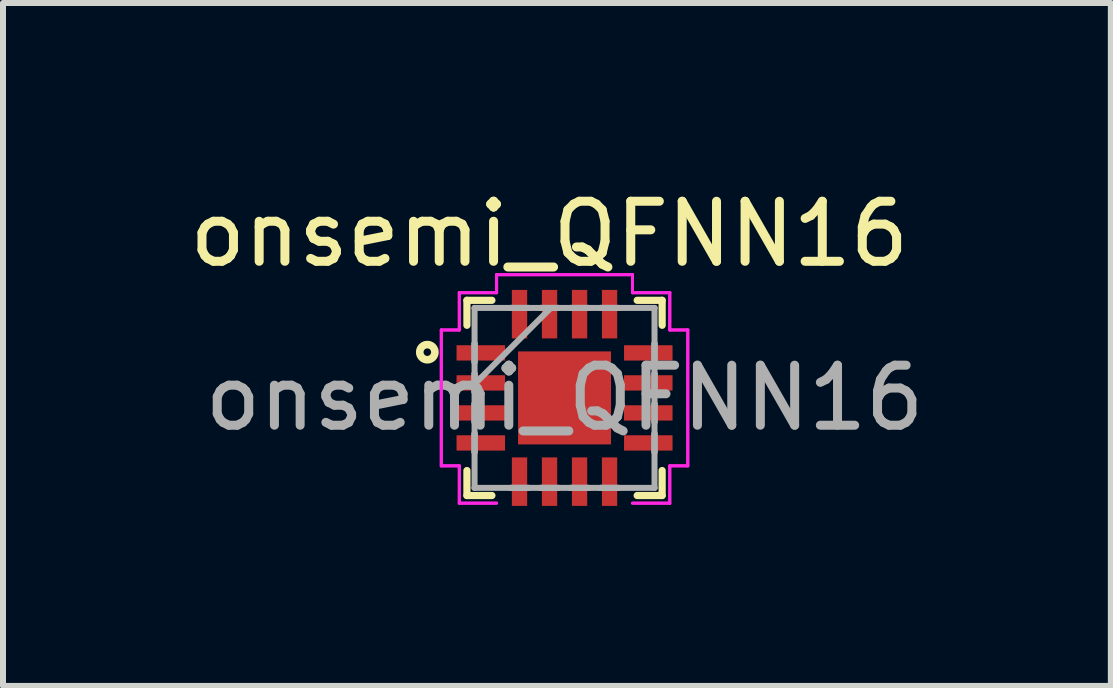
<source format=kicad_pcb>
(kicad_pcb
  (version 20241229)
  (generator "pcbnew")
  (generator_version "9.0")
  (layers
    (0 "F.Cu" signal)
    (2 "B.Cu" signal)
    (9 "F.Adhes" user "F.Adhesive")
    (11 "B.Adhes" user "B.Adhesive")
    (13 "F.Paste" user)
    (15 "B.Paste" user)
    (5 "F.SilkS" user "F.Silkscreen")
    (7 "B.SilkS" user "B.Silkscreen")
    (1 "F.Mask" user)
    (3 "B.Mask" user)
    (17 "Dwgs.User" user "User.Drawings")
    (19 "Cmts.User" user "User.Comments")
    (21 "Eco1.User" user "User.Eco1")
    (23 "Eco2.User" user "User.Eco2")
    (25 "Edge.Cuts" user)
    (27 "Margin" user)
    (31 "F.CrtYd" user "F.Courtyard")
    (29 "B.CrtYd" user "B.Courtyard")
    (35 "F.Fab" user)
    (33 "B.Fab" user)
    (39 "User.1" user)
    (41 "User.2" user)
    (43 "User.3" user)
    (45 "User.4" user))
  (footprint "onsemi_QFNN16"
    (layer "F.Cu")
    (at 6.355 3.579)
    (property "Reference" "onsemi_QFNN16" (at -0.254 -2.731 0) (layer "F.SilkS") (effects (font (size 1 1) (thickness 0.15))))
    (attr through_hole)
    (fp_line (start -1.626 -1.626) (end -1.626 -1.21) (stroke (width 0.12) (type solid)) (layer "F.SilkS"))
    (fp_line (start -1.626 1.21) (end -1.626 1.626) (stroke (width 0.12) (type solid)) (layer "F.SilkS"))
    (fp_line (start -1.626 1.626) (end -1.21 1.626) (stroke (width 0.12) (type solid)) (layer "F.SilkS"))
    (fp_line (start -1.21 -1.626) (end -1.626 -1.626) (stroke (width 0.12) (type solid)) (layer "F.SilkS"))
    (fp_line (start 1.21 1.626) (end 1.626 1.626) (stroke (width 0.12) (type solid)) (layer "F.SilkS"))
    (fp_line (start 1.626 -1.626) (end 1.21 -1.626) (stroke (width 0.12) (type solid)) (layer "F.SilkS"))
    (fp_line (start 1.626 -1.21) (end 1.626 -1.626) (stroke (width 0.12) (type solid)) (layer "F.SilkS"))
    (fp_line (start 1.626 1.626) (end 1.626 1.21) (stroke (width 0.12) (type solid)) (layer "F.SilkS"))
    (fp_circle (center -2.286 -0.762) (end -2.223 -0.762) (stroke (width 0.127) (type solid)) (fill no) (layer "F.SilkS"))
    (fp_line (start -2.053 -1.132) (end -1.753 -1.132) (stroke (width 0.05) (type solid)) (layer "F.CrtYd"))
    (fp_line (start -2.053 -1.132) (end -1.753 -1.132) (stroke (width 0.05) (type solid)) (layer "F.CrtYd"))
    (fp_line (start -2.053 1.132) (end -2.053 -1.132) (stroke (width 0.05) (type solid)) (layer "F.CrtYd"))
    (fp_line (start -2.053 1.132) (end -2.053 -1.132) (stroke (width 0.05) (type solid)) (layer "F.CrtYd"))
    (fp_line (start -1.753 -1.753) (end -1.132 -1.753) (stroke (width 0.05) (type solid)) (layer "F.CrtYd"))
    (fp_line (start -1.753 -1.753) (end -1.132 -1.753) (stroke (width 0.05) (type solid)) (layer "F.CrtYd"))
    (fp_line (start -1.753 -1.132) (end -1.753 -1.753) (stroke (width 0.05) (type solid)) (layer "F.CrtYd"))
    (fp_line (start -1.753 -1.132) (end -1.753 -1.753) (stroke (width 0.05) (type solid)) (layer "F.CrtYd"))
    (fp_line (start -1.753 1.132) (end -2.053 1.132) (stroke (width 0.05) (type solid)) (layer "F.CrtYd"))
    (fp_line (start -1.753 1.132) (end -2.053 1.132) (stroke (width 0.05) (type solid)) (layer "F.CrtYd"))
    (fp_line (start -1.753 1.753) (end -1.753 1.132) (stroke (width 0.05) (type solid)) (layer "F.CrtYd"))
    (fp_line (start -1.753 1.753) (end -1.753 1.132) (stroke (width 0.05) (type solid)) (layer "F.CrtYd"))
    (fp_line (start -1.132 -2.053) (end 1.132 -2.053) (stroke (width 0.05) (type solid)) (layer "F.CrtYd"))
    (fp_line (start -1.132 -2.053) (end 1.132 -2.053) (stroke (width 0.05) (type solid)) (layer "F.CrtYd"))
    (fp_line (start -1.132 -1.753) (end -1.132 -2.053) (stroke (width 0.05) (type solid)) (layer "F.CrtYd"))
    (fp_line (start -1.132 -1.753) (end -1.132 -2.053) (stroke (width 0.05) (type solid)) (layer "F.CrtYd"))
    (fp_line (start -1.132 1.753) (end -1.753 1.753) (stroke (width 0.05) (type solid)) (layer "F.CrtYd"))
    (fp_line (start -1.132 1.753) (end -1.753 1.753) (stroke (width 0.05) (type solid)) (layer "F.CrtYd"))
    (fp_line (start 1.132 -2.053) (end 1.132 -1.753) (stroke (width 0.05) (type solid)) (layer "F.CrtYd"))
    (fp_line (start 1.132 -2.053) (end 1.132 -1.753) (stroke (width 0.05) (type solid)) (layer "F.CrtYd"))
    (fp_line (start 1.132 -1.753) (end 1.753 -1.753) (stroke (width 0.05) (type solid)) (layer "F.CrtYd"))
    (fp_line (start 1.132 -1.753) (end 1.753 -1.753) (stroke (width 0.05) (type solid)) (layer "F.CrtYd"))
    (fp_line (start 1.753 -1.753) (end 1.753 -1.132) (stroke (width 0.05) (type solid)) (layer "F.CrtYd"))
    (fp_line (start 1.753 -1.753) (end 1.753 -1.132) (stroke (width 0.05) (type solid)) (layer "F.CrtYd"))
    (fp_line (start 1.753 -1.132) (end 2.053 -1.132) (stroke (width 0.05) (type solid)) (layer "F.CrtYd"))
    (fp_line (start 1.753 -1.132) (end 2.053 -1.132) (stroke (width 0.05) (type solid)) (layer "F.CrtYd"))
    (fp_line (start 1.753 1.132) (end 1.753 1.753) (stroke (width 0.05) (type solid)) (layer "F.CrtYd"))
    (fp_line (start 1.753 1.132) (end 1.753 1.753) (stroke (width 0.05) (type solid)) (layer "F.CrtYd"))
    (fp_line (start 1.753 1.753) (end 1.132 1.753) (stroke (width 0.05) (type solid)) (layer "F.CrtYd"))
    (fp_line (start 1.753 1.753) (end 1.132 1.753) (stroke (width 0.05) (type solid)) (layer "F.CrtYd"))
    (fp_line (start 2.053 -1.132) (end 2.053 1.132) (stroke (width 0.05) (type solid)) (layer "F.CrtYd"))
    (fp_line (start 2.053 -1.132) (end 2.053 1.132) (stroke (width 0.05) (type solid)) (layer "F.CrtYd"))
    (fp_line (start 2.053 1.132) (end 1.753 1.132) (stroke (width 0.05) (type solid)) (layer "F.CrtYd"))
    (fp_line (start 2.053 1.132) (end 1.753 1.132) (stroke (width 0.05) (type solid)) (layer "F.CrtYd"))
    (fp_line (start -1.499 -1.499) (end -1.499 -1.499) (stroke (width 0.1) (type solid)) (layer "F.Fab"))
    (fp_line (start -1.499 -1.499) (end -1.499 1.499) (stroke (width 0.1) (type solid)) (layer "F.Fab"))
    (fp_line (start -1.499 -0.903) (end -1.499 -0.903) (stroke (width 0.1) (type solid)) (layer "F.Fab"))
    (fp_line (start -1.499 -0.903) (end -1.499 -0.598) (stroke (width 0.1) (type solid)) (layer "F.Fab"))
    (fp_line (start -1.499 -0.598) (end -1.499 -0.903) (stroke (width 0.1) (type solid)) (layer "F.Fab"))
    (fp_line (start -1.499 -0.598) (end -1.499 -0.598) (stroke (width 0.1) (type solid)) (layer "F.Fab"))
    (fp_line (start -1.499 -0.402) (end -1.499 -0.402) (stroke (width 0.1) (type solid)) (layer "F.Fab"))
    (fp_line (start -1.499 -0.402) (end -1.499 -0.098) (stroke (width 0.1) (type solid)) (layer "F.Fab"))
    (fp_line (start -1.499 -0.229) (end -0.229 -1.499) (stroke (width 0.1) (type solid)) (layer "F.Fab"))
    (fp_line (start -1.499 -0.098) (end -1.499 -0.402) (stroke (width 0.1) (type solid)) (layer "F.Fab"))
    (fp_line (start -1.499 -0.098) (end -1.499 -0.098) (stroke (width 0.1) (type solid)) (layer "F.Fab"))
    (fp_line (start -1.499 0.098) (end -1.499 0.098) (stroke (width 0.1) (type solid)) (layer "F.Fab"))
    (fp_line (start -1.499 0.098) (end -1.499 0.402) (stroke (width 0.1) (type solid)) (layer "F.Fab"))
    (fp_line (start -1.499 0.402) (end -1.499 0.098) (stroke (width 0.1) (type solid)) (layer "F.Fab"))
    (fp_line (start -1.499 0.402) (end -1.499 0.402) (stroke (width 0.1) (type solid)) (layer "F.Fab"))
    (fp_line (start -1.499 0.598) (end -1.499 0.598) (stroke (width 0.1) (type solid)) (layer "F.Fab"))
    (fp_line (start -1.499 0.598) (end -1.499 0.903) (stroke (width 0.1) (type solid)) (layer "F.Fab"))
    (fp_line (start -1.499 0.903) (end -1.499 0.598) (stroke (width 0.1) (type solid)) (layer "F.Fab"))
    (fp_line (start -1.499 0.903) (end -1.499 0.903) (stroke (width 0.1) (type solid)) (layer "F.Fab"))
    (fp_line (start -1.499 1.499) (end -1.499 1.499) (stroke (width 0.1) (type solid)) (layer "F.Fab"))
    (fp_line (start -1.499 1.499) (end 1.499 1.499) (stroke (width 0.1) (type solid)) (layer "F.Fab"))
    (fp_line (start -0.903 -1.499) (end -0.903 -1.499) (stroke (width 0.1) (type solid)) (layer "F.Fab"))
    (fp_line (start -0.903 -1.499) (end -0.598 -1.499) (stroke (width 0.1) (type solid)) (layer "F.Fab"))
    (fp_line (start -0.903 1.499) (end -0.903 1.499) (stroke (width 0.1) (type solid)) (layer "F.Fab"))
    (fp_line (start -0.903 1.499) (end -0.598 1.499) (stroke (width 0.1) (type solid)) (layer "F.Fab"))
    (fp_line (start -0.598 -1.499) (end -0.903 -1.499) (stroke (width 0.1) (type solid)) (layer "F.Fab"))
    (fp_line (start -0.598 -1.499) (end -0.598 -1.499) (stroke (width 0.1) (type solid)) (layer "F.Fab"))
    (fp_line (start -0.598 1.499) (end -0.903 1.499) (stroke (width 0.1) (type solid)) (layer "F.Fab"))
    (fp_line (start -0.598 1.499) (end -0.598 1.499) (stroke (width 0.1) (type solid)) (layer "F.Fab"))
    (fp_line (start -0.402 -1.499) (end -0.402 -1.499) (stroke (width 0.1) (type solid)) (layer "F.Fab"))
    (fp_line (start -0.402 -1.499) (end -0.098 -1.499) (stroke (width 0.1) (type solid)) (layer "F.Fab"))
    (fp_line (start -0.402 1.499) (end -0.402 1.499) (stroke (width 0.1) (type solid)) (layer "F.Fab"))
    (fp_line (start -0.402 1.499) (end -0.098 1.499) (stroke (width 0.1) (type solid)) (layer "F.Fab"))
    (fp_line (start -0.098 -1.499) (end -0.402 -1.499) (stroke (width 0.1) (type solid)) (layer "F.Fab"))
    (fp_line (start -0.098 -1.499) (end -0.098 -1.499) (stroke (width 0.1) (type solid)) (layer "F.Fab"))
    (fp_line (start -0.098 1.499) (end -0.402 1.499) (stroke (width 0.1) (type solid)) (layer "F.Fab"))
    (fp_line (start -0.098 1.499) (end -0.098 1.499) (stroke (width 0.1) (type solid)) (layer "F.Fab"))
    (fp_line (start 0.098 -1.499) (end 0.098 -1.499) (stroke (width 0.1) (type solid)) (layer "F.Fab"))
    (fp_line (start 0.098 -1.499) (end 0.402 -1.499) (stroke (width 0.1) (type solid)) (layer "F.Fab"))
    (fp_line (start 0.098 1.499) (end 0.098 1.499) (stroke (width 0.1) (type solid)) (layer "F.Fab"))
    (fp_line (start 0.098 1.499) (end 0.402 1.499) (stroke (width 0.1) (type solid)) (layer "F.Fab"))
    (fp_line (start 0.402 -1.499) (end 0.098 -1.499) (stroke (width 0.1) (type solid)) (layer "F.Fab"))
    (fp_line (start 0.402 -1.499) (end 0.402 -1.499) (stroke (width 0.1) (type solid)) (layer "F.Fab"))
    (fp_line (start 0.402 1.499) (end 0.098 1.499) (stroke (width 0.1) (type solid)) (layer "F.Fab"))
    (fp_line (start 0.402 1.499) (end 0.402 1.499) (stroke (width 0.1) (type solid)) (layer "F.Fab"))
    (fp_line (start 0.598 -1.499) (end 0.598 -1.499) (stroke (width 0.1) (type solid)) (layer "F.Fab"))
    (fp_line (start 0.598 -1.499) (end 0.903 -1.499) (stroke (width 0.1) (type solid)) (layer "F.Fab"))
    (fp_line (start 0.598 1.499) (end 0.598 1.499) (stroke (width 0.1) (type solid)) (layer "F.Fab"))
    (fp_line (start 0.598 1.499) (end 0.903 1.499) (stroke (width 0.1) (type solid)) (layer "F.Fab"))
    (fp_line (start 0.903 -1.499) (end 0.598 -1.499) (stroke (width 0.1) (type solid)) (layer "F.Fab"))
    (fp_line (start 0.903 -1.499) (end 0.903 -1.499) (stroke (width 0.1) (type solid)) (layer "F.Fab"))
    (fp_line (start 0.903 1.499) (end 0.598 1.499) (stroke (width 0.1) (type solid)) (layer "F.Fab"))
    (fp_line (start 0.903 1.499) (end 0.903 1.499) (stroke (width 0.1) (type solid)) (layer "F.Fab"))
    (fp_line (start 1.499 -1.499) (end -1.499 -1.499) (stroke (width 0.1) (type solid)) (layer "F.Fab"))
    (fp_line (start 1.499 -1.499) (end 1.499 -1.499) (stroke (width 0.1) (type solid)) (layer "F.Fab"))
    (fp_line (start 1.499 -0.903) (end 1.499 -0.903) (stroke (width 0.1) (type solid)) (layer "F.Fab"))
    (fp_line (start 1.499 -0.903) (end 1.499 -0.598) (stroke (width 0.1) (type solid)) (layer "F.Fab"))
    (fp_line (start 1.499 -0.598) (end 1.499 -0.903) (stroke (width 0.1) (type solid)) (layer "F.Fab"))
    (fp_line (start 1.499 -0.598) (end 1.499 -0.598) (stroke (width 0.1) (type solid)) (layer "F.Fab"))
    (fp_line (start 1.499 -0.402) (end 1.499 -0.402) (stroke (width 0.1) (type solid)) (layer "F.Fab"))
    (fp_line (start 1.499 -0.402) (end 1.499 -0.098) (stroke (width 0.1) (type solid)) (layer "F.Fab"))
    (fp_line (start 1.499 -0.098) (end 1.499 -0.402) (stroke (width 0.1) (type solid)) (layer "F.Fab"))
    (fp_line (start 1.499 -0.098) (end 1.499 -0.098) (stroke (width 0.1) (type solid)) (layer "F.Fab"))
    (fp_line (start 1.499 0.098) (end 1.499 0.098) (stroke (width 0.1) (type solid)) (layer "F.Fab"))
    (fp_line (start 1.499 0.098) (end 1.499 0.402) (stroke (width 0.1) (type solid)) (layer "F.Fab"))
    (fp_line (start 1.499 0.402) (end 1.499 0.098) (stroke (width 0.1) (type solid)) (layer "F.Fab"))
    (fp_line (start 1.499 0.402) (end 1.499 0.402) (stroke (width 0.1) (type solid)) (layer "F.Fab"))
    (fp_line (start 1.499 0.598) (end 1.499 0.598) (stroke (width 0.1) (type solid)) (layer "F.Fab"))
    (fp_line (start 1.499 0.598) (end 1.499 0.903) (stroke (width 0.1) (type solid)) (layer "F.Fab"))
    (fp_line (start 1.499 0.903) (end 1.499 0.598) (stroke (width 0.1) (type solid)) (layer "F.Fab"))
    (fp_line (start 1.499 0.903) (end 1.499 0.903) (stroke (width 0.1) (type solid)) (layer "F.Fab"))
    (fp_line (start 1.499 1.499) (end 1.499 -1.499) (stroke (width 0.1) (type solid)) (layer "F.Fab"))
    (fp_line (start 1.499 1.499) (end 1.499 1.499) (stroke (width 0.1) (type solid)) (layer "F.Fab"))
    (fp_text user "${REFERENCE}" (at 0 0 0) (layer "F.Fab") (effects (font (size 1 1) (thickness 0.15))))
    (pad "1" smd rect (at -1.395 -0.75 90) (size 0.255 0.808) (layers "F.Cu" "F.Mask" "F.Paste"))
    (pad "2" smd rect (at -1.395 -0.25 90) (size 0.255 0.808) (layers "F.Cu" "F.Mask" "F.Paste"))
    (pad "3" smd rect (at -1.395 0.25 90) (size 0.255 0.808) (layers "F.Cu" "F.Mask" "F.Paste"))
    (pad "4" smd rect (at -1.395 0.75 90) (size 0.255 0.808) (layers "F.Cu" "F.Mask" "F.Paste"))
    (pad "5" smd rect (at -0.75 1.395) (size 0.255 0.808) (layers "F.Cu" "F.Mask" "F.Paste"))
    (pad "6" smd rect (at -0.25 1.395) (size 0.255 0.808) (layers "F.Cu" "F.Mask" "F.Paste"))
    (pad "7" smd rect (at 0.25 1.395) (size 0.255 0.808) (layers "F.Cu" "F.Mask" "F.Paste"))
    (pad "8" smd rect (at 0.75 1.395) (size 0.255 0.808) (layers "F.Cu" "F.Mask" "F.Paste"))
    (pad "9" smd rect (at 1.395 0.75 90) (size 0.255 0.808) (layers "F.Cu" "F.Mask" "F.Paste"))
    (pad "10" smd rect (at 1.395 0.25 90) (size 0.255 0.808) (layers "F.Cu" "F.Mask" "F.Paste"))
    (pad "11" smd rect (at 1.395 -0.25 90) (size 0.255 0.808) (layers "F.Cu" "F.Mask" "F.Paste"))
    (pad "12" smd rect (at 1.395 -0.75 90) (size 0.255 0.808) (layers "F.Cu" "F.Mask" "F.Paste"))
    (pad "13" smd rect (at 0.75 -1.395) (size 0.255 0.808) (layers "F.Cu" "F.Mask" "F.Paste"))
    (pad "14" smd rect (at 0.25 -1.395) (size 0.255 0.808) (layers "F.Cu" "F.Mask" "F.Paste"))
    (pad "15" smd rect (at -0.25 -1.395) (size 0.255 0.808) (layers "F.Cu" "F.Mask" "F.Paste"))
    (pad "16" smd rect (at -0.75 -1.395) (size 0.255 0.808) (layers "F.Cu" "F.Mask" "F.Paste"))
    (pad "17" smd rect (at 0 0) (size 1.549 1.549) (layers "F.Cu" "F.Mask" "F.Paste")))
  (gr_rect
    (start -3 -3)
    (end 15.456 8.377)
    (stroke (width 0.1) (type default))
    (fill no)
    (layer "Edge.Cuts")))
</source>
